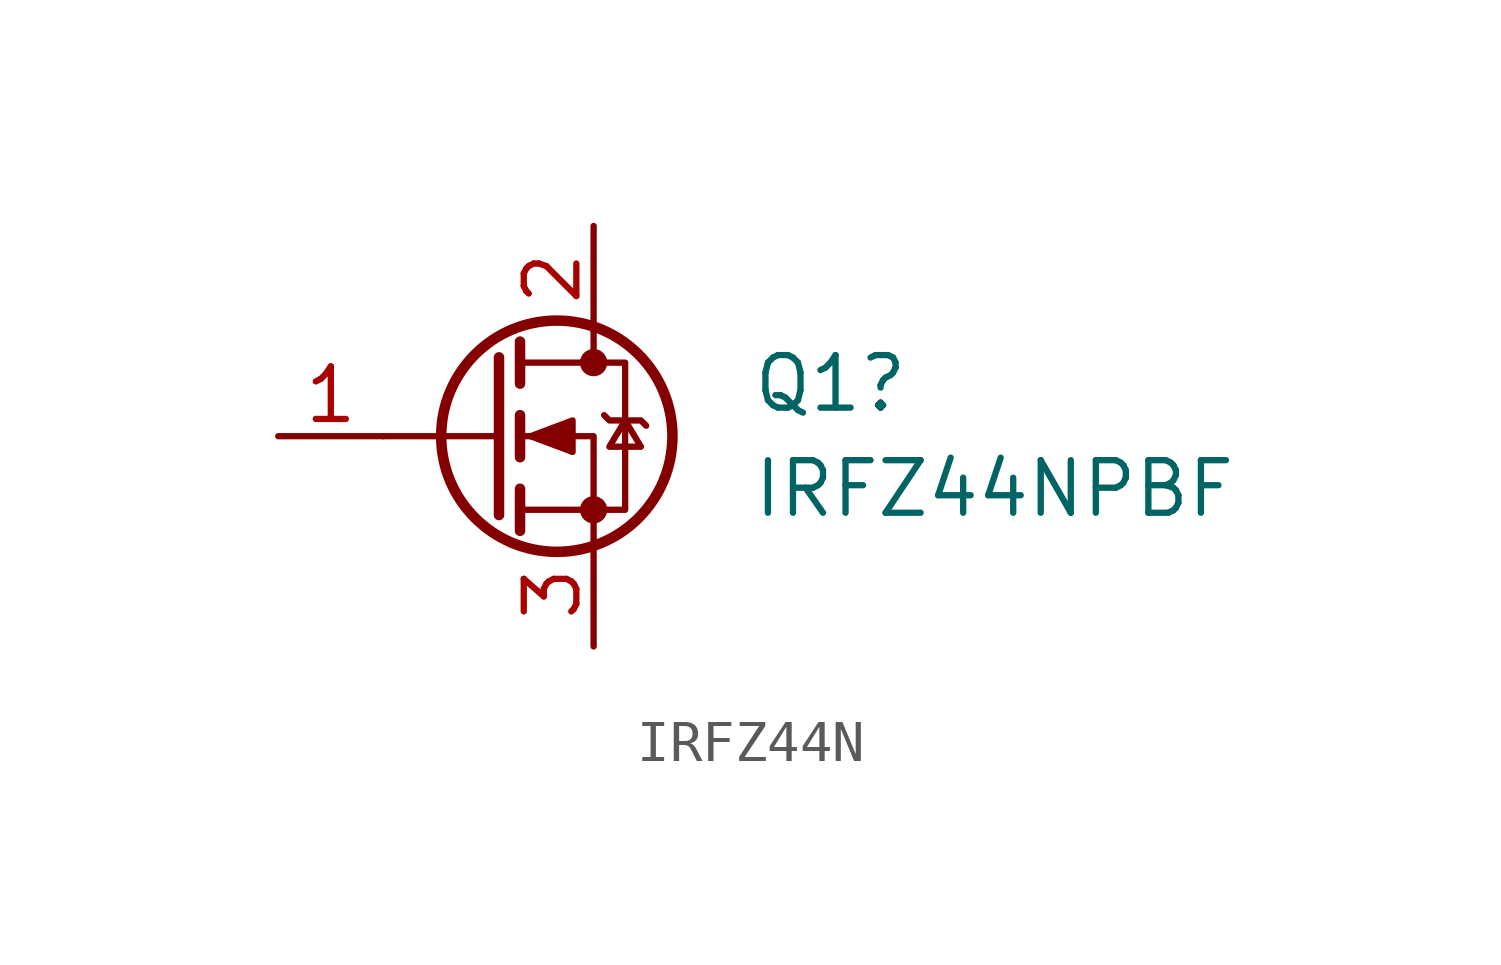
<source format=kicad_sym>
(kicad_symbol_lib
  (version 20220914)
  (generator kicad_symbol_editor)
  (symbol "IRFZ44N"
    (pin_names hide)
    (property "Reference" "Q1"
      (at 6.35 1.27 0)
      (effects (font (size 1.27 1.27)) (justify left)))
    (property "Value" "IRFZ44NPBF"
      (at 6.35 -1.27 0)
      (effects (font (size 1.27 1.27)) (justify left)))
    (symbol "IRFZ44N_0_1"
      (polyline (pts (xy 0.254 0) (xy -2.54 0)) (stroke (width 0) (type default)) (fill (type none)))
      (polyline (pts (xy 0.254 1.905) (xy 0.254 -1.905)) (stroke (width 0.254) (type default)) (fill (type none)))
      (polyline (pts (xy 0.762 -1.27) (xy 0.762 -2.286)) (stroke (width 0.254) (type default)) (fill (type none)))
      (polyline (pts (xy 0.762 0.508) (xy 0.762 -0.508)) (stroke (width 0.254) (type default)) (fill (type none)))
      (polyline (pts (xy 0.762 2.286) (xy 0.762 1.27)) (stroke (width 0.254) (type default)) (fill (type none)))
      (polyline (pts (xy 2.54 2.54) (xy 2.54 1.778)) (stroke (width 0) (type default)) (fill (type none)))
      (polyline (pts (xy 2.54 -2.54) (xy 2.54 0) (xy 0.762 0)) (stroke (width 0) (type default)) (fill (type none)))
      (polyline (pts (xy 0.762 -1.778) (xy 3.302 -1.778) (xy 3.302 1.778) (xy 0.762 1.778)) (stroke (width 0) (type default)) (fill (type none)))
      (polyline (pts (xy 1.016 0) (xy 2.032 0.381) (xy 2.032 -0.381) (xy 1.016 0)) (stroke (width 0) (type default)) (fill (type outline)))
      (polyline (pts (xy 2.794 0.508) (xy 2.921 0.381) (xy 3.683 0.381) (xy 3.81 0.254)) (stroke (width 0) (type default)) (fill (type none)))
      (polyline (pts (xy 3.302 0.381) (xy 2.921 -0.254) (xy 3.683 -0.254) (xy 3.302 0.381)) (stroke (width 0) (type default)) (fill (type none)))
      (circle (center 1.651 0) (radius 2.794) (stroke (width 0.254) (type default)) (fill (type none)))
      (circle (center 2.54 -1.778) (radius 0.254) (stroke (width 0) (type default)) (fill (type outline)))
      (circle (center 2.54 1.778) (radius 0.254) (stroke (width 0) (type default)) (fill (type outline))))
    (symbol "IRFZ44N_1_1"
      (pin input line (at -5.08 0 0) (length 2.54) (name "G" (effects (font (size 1.27 1.27)))) (number "1" (effects (font (size 1.27 1.27)))))
      (pin passive line (at 2.54 5.08 270) (length 2.54) (name "D" (effects (font (size 1.27 1.27)))) (number "2" (effects (font (size 1.27 1.27)))))
      (pin passive line (at 2.54 -5.08 90) (length 2.54) (name "S" (effects (font (size 1.27 1.27)))) (number "3" (effects (font (size 1.27 1.27))))))))
</source>
